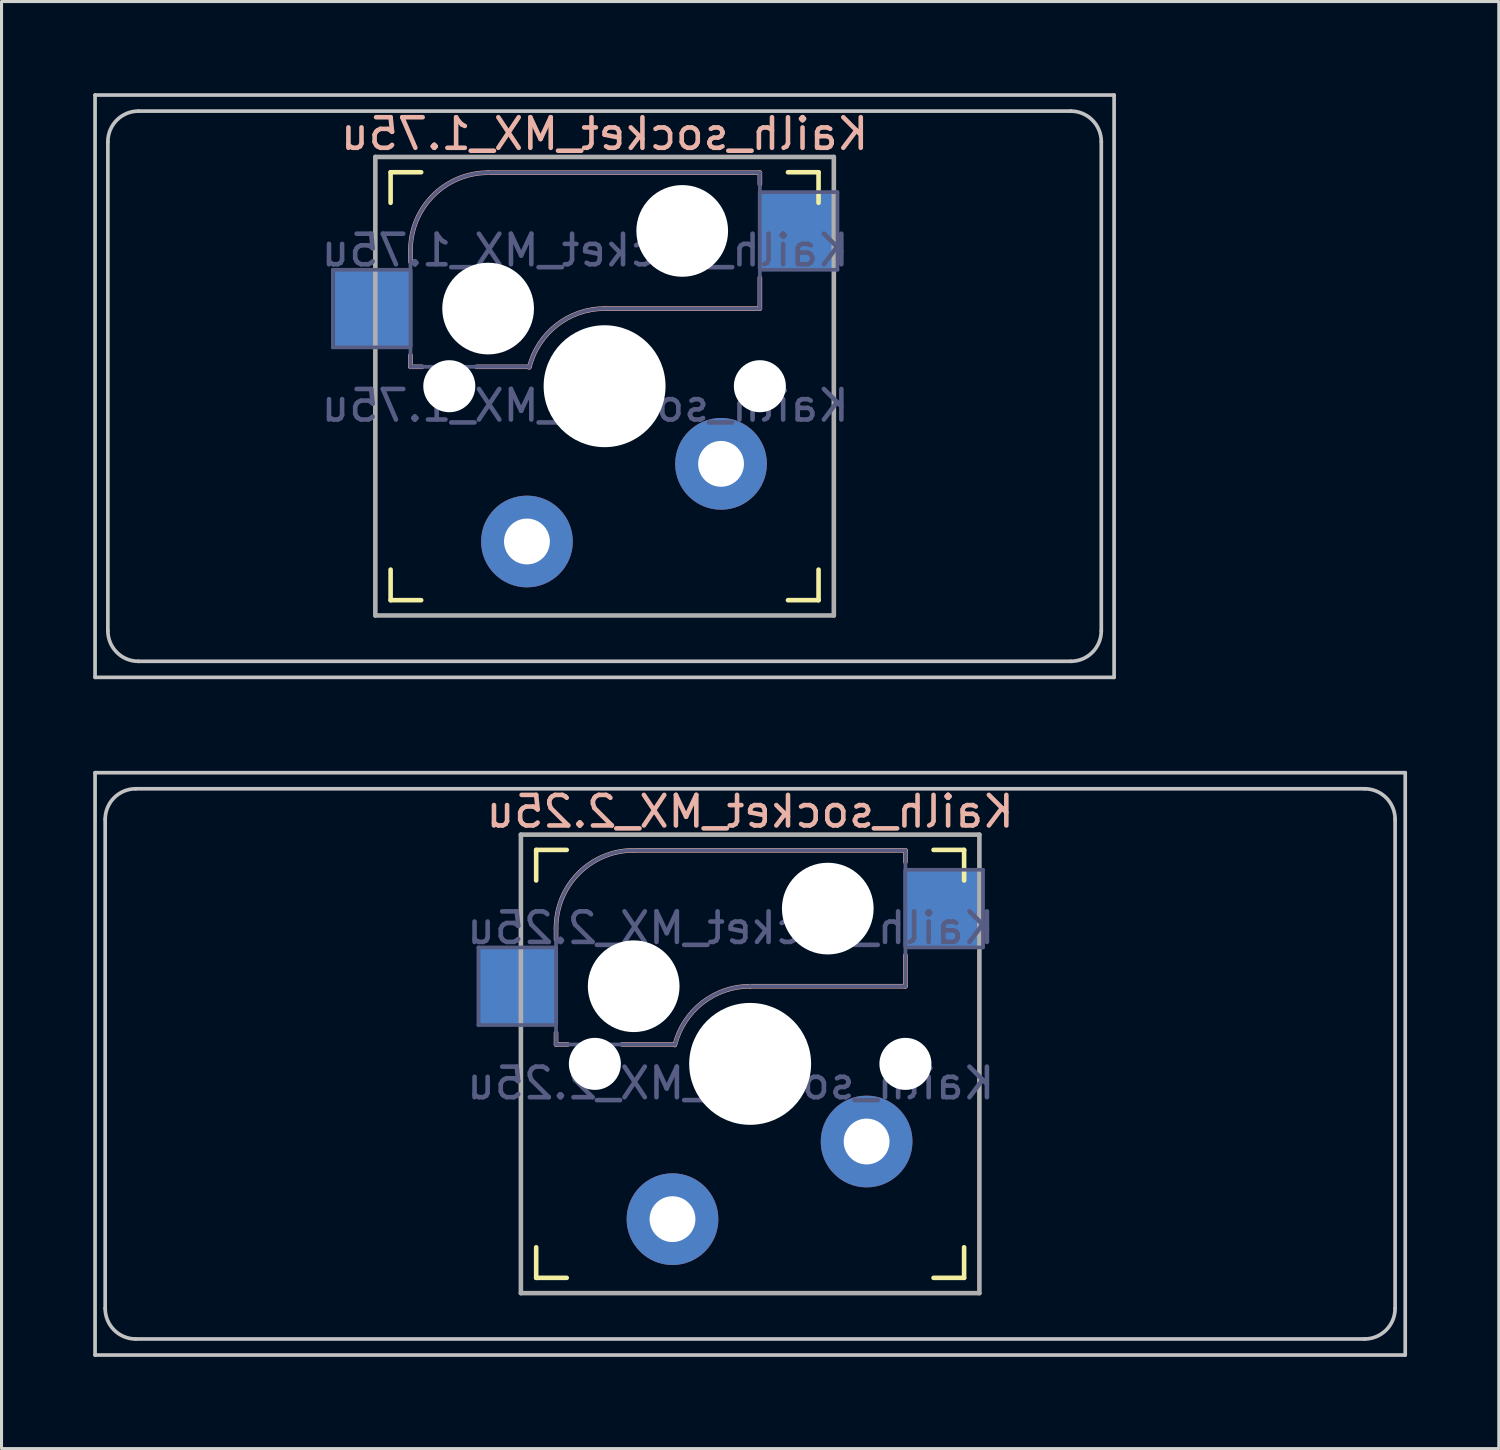
<source format=kicad_pcb>
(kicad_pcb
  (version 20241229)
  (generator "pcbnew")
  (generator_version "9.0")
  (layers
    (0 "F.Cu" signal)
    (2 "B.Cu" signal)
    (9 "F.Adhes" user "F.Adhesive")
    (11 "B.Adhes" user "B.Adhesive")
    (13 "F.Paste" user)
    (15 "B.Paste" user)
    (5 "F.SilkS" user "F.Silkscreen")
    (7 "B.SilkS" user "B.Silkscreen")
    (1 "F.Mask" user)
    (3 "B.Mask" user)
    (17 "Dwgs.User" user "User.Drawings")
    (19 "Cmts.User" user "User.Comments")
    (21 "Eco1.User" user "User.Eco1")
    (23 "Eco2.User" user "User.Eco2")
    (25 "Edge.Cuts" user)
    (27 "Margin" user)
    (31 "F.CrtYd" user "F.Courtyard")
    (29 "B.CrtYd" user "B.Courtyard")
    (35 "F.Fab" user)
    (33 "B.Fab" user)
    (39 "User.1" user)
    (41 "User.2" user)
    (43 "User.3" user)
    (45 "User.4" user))
  (footprint "Kailh_socket_MX_2.25u"
    (layer "F.Cu")
    (at 21.491 31.755)
    (property "Reference" "Kailh_socket_MX_2.25u" (at 0 -8.255 0) (layer "B.SilkS") (effects (font (size 1 1) (thickness 0.15)) (justify mirror)))
    (property "Value" "Kailh_socket_MX_2.25u" (at 0 8.255 0) (layer "F.Fab") (hide yes) (effects (font (size 1 1) (thickness 0.15))))
    (attr smd)
    (fp_line (start -7 -6) (end -7 -7) (stroke (width 0.15) (type solid)) (layer "F.SilkS"))
    (fp_line (start -7 7) (end -7 6) (stroke (width 0.15) (type solid)) (layer "F.SilkS"))
    (fp_line (start -7 7) (end -6 7) (stroke (width 0.15) (type solid)) (layer "F.SilkS"))
    (fp_line (start -6 -7) (end -7 -7) (stroke (width 0.15) (type solid)) (layer "F.SilkS"))
    (fp_line (start 6 7) (end 7 7) (stroke (width 0.15) (type solid)) (layer "F.SilkS"))
    (fp_line (start 7 -7) (end 6 -7) (stroke (width 0.15) (type solid)) (layer "F.SilkS"))
    (fp_line (start 7 -7) (end 7 -6) (stroke (width 0.15) (type solid)) (layer "F.SilkS"))
    (fp_line (start 7 6) (end 7 7) (stroke (width 0.15) (type solid)) (layer "F.SilkS"))
    (fp_line (start -6.35 -4.445) (end -6.35 -4.064) (stroke (width 0.15) (type solid)) (layer "B.SilkS"))
    (fp_line (start -6.35 -1.016) (end -6.35 -0.635) (stroke (width 0.15) (type solid)) (layer "B.SilkS"))
    (fp_line (start -5.969 -0.635) (end -6.35 -0.635) (stroke (width 0.15) (type solid)) (layer "B.SilkS"))
    (fp_line (start -3.81 -6.985) (end 5.08 -6.985) (stroke (width 0.15) (type solid)) (layer "B.SilkS"))
    (fp_line (start -2.464 -0.635) (end -4.191 -0.635) (stroke (width 0.15) (type solid)) (layer "B.SilkS"))
    (fp_line (start 5.08 -6.985) (end 5.08 -6.604) (stroke (width 0.15) (type solid)) (layer "B.SilkS"))
    (fp_line (start 5.08 -3.556) (end 5.08 -2.54) (stroke (width 0.15) (type solid)) (layer "B.SilkS"))
    (fp_line (start 5.08 -2.54) (end 0 -2.54) (stroke (width 0.15) (type solid)) (layer "B.SilkS"))
    (fp_arc (start -6.35 -4.445) (mid -5.606051 -6.241051) (end -3.81 -6.985) (stroke (width 0.15) (type solid)) (layer "B.SilkS"))
    (fp_arc (start -2.464162 -0.61604) (mid -1.563147 -2.002042) (end 0 -2.54) (stroke (width 0.15) (type solid)) (layer "B.SilkS"))
    (fp_line (start -21.431 -9.525) (end 21.431 -9.525) (stroke (width 0.12) (type solid)) (layer "Dwgs.User"))
    (fp_line (start -21.431 9.525) (end -21.431 -9.525) (stroke (width 0.12) (type solid)) (layer "Dwgs.User"))
    (fp_line (start -21.1 8) (end -21.1 -8) (stroke (width 0.12) (type solid)) (layer "Dwgs.User"))
    (fp_line (start -20.1 -9) (end 20.1 -9) (stroke (width 0.12) (type solid)) (layer "Dwgs.User"))
    (fp_line (start -20.1 9) (end 20.1 9) (stroke (width 0.12) (type solid)) (layer "Dwgs.User"))
    (fp_line (start 21.1 8) (end 21.1 -8) (stroke (width 0.12) (type solid)) (layer "Dwgs.User"))
    (fp_line (start 21.431 -9.525) (end 21.431 9.525) (stroke (width 0.12) (type solid)) (layer "Dwgs.User"))
    (fp_line (start 21.431 9.525) (end -21.431 9.525) (stroke (width 0.12) (type solid)) (layer "Dwgs.User"))
    (fp_arc (start -21.1 -8) (mid -20.807107 -8.707107) (end -20.1 -9) (stroke (width 0.12) (type solid)) (layer "Dwgs.User"))
    (fp_arc (start -20.1 9) (mid -20.807107 8.707107) (end -21.1 8) (stroke (width 0.12) (type solid)) (layer "Dwgs.User"))
    (fp_arc (start 20.1 -9) (mid 20.807107 -8.707107) (end 21.1 -8) (stroke (width 0.12) (type solid)) (layer "Dwgs.User"))
    (fp_arc (start 21.1 8) (mid 20.807107 8.707107) (end 20.1 9) (stroke (width 0.12) (type solid)) (layer "Dwgs.User"))
    (fp_line (start -6.9 6.9) (end -6.9 -6.9) (stroke (width 0.15) (type solid)) (layer "Eco2.User"))
    (fp_line (start -6.9 6.9) (end 6.9 6.9) (stroke (width 0.15) (type solid)) (layer "Eco2.User"))
    (fp_line (start 6.9 -6.9) (end -6.9 -6.9) (stroke (width 0.15) (type solid)) (layer "Eco2.User"))
    (fp_line (start 6.9 -6.9) (end 6.9 6.9) (stroke (width 0.15) (type solid)) (layer "Eco2.User"))
    (fp_line (start -8.89 -3.81) (end -6.35 -3.81) (stroke (width 0.12) (type solid)) (layer "B.Fab"))
    (fp_line (start -8.89 -1.27) (end -8.89 -3.81) (stroke (width 0.12) (type solid)) (layer "B.Fab"))
    (fp_line (start -6.35 -1.27) (end -8.89 -1.27) (stroke (width 0.12) (type solid)) (layer "B.Fab"))
    (fp_line (start -6.35 -0.635) (end -6.35 -4.445) (stroke (width 0.12) (type solid)) (layer "B.Fab"))
    (fp_line (start -6.35 -0.635) (end -2.54 -0.635) (stroke (width 0.12) (type solid)) (layer "B.Fab"))
    (fp_line (start -3.81 -6.985) (end 5.08 -6.985) (stroke (width 0.12) (type solid)) (layer "B.Fab"))
    (fp_line (start 5.08 -6.985) (end 5.08 -2.54) (stroke (width 0.12) (type solid)) (layer "B.Fab"))
    (fp_line (start 5.08 -6.35) (end 7.62 -6.35) (stroke (width 0.12) (type solid)) (layer "B.Fab"))
    (fp_line (start 5.08 -2.54) (end 0 -2.54) (stroke (width 0.12) (type solid)) (layer "B.Fab"))
    (fp_line (start 7.62 -6.35) (end 7.62 -3.81) (stroke (width 0.12) (type solid)) (layer "B.Fab"))
    (fp_line (start 7.62 -3.81) (end 5.08 -3.81) (stroke (width 0.12) (type solid)) (layer "B.Fab"))
    (fp_arc (start -6.35 -4.445) (mid -5.606051 -6.241051) (end -3.81 -6.985) (stroke (width 0.12) (type solid)) (layer "B.Fab"))
    (fp_arc (start -2.464162 -0.61604) (mid -1.563147 -2.002042) (end 0 -2.54) (stroke (width 0.12) (type solid)) (layer "B.Fab"))
    (fp_line (start -7.5 -7.5) (end 7.5 -7.5) (stroke (width 0.15) (type solid)) (layer "F.Fab"))
    (fp_line (start -7.5 7.5) (end -7.5 -7.5) (stroke (width 0.15) (type solid)) (layer "F.Fab"))
    (fp_line (start 7.5 -7.5) (end 7.5 7.5) (stroke (width 0.15) (type solid)) (layer "F.Fab"))
    (fp_line (start 7.5 7.5) (end -7.5 7.5) (stroke (width 0.15) (type solid)) (layer "F.Fab"))
    (fp_text user "${REFERENCE}" (at -0.635 -4.445 0) (layer "B.Fab") (effects (font (size 1 1) (thickness 0.15)) (justify mirror)))
    (fp_text user "${VALUE}" (at -0.635 0.635 0) (layer "B.Fab") (effects (font (size 1 1) (thickness 0.15)) (justify mirror)))
    (pad "" np_thru_hole circle (at -5.08 0) (size 1.702 1.702) (drill 1.702) (layers "*.Cu" "*.Mask"))
    (pad "" np_thru_hole circle (at -3.81 -2.54) (size 3 3) (drill 3) (layers "*.Cu" "*.Mask"))
    (pad "" np_thru_hole circle (at 0 0) (size 3.988 3.988) (drill 3.988) (layers "*.Cu" "*.Mask"))
    (pad "" np_thru_hole circle (at 2.54 -5.08) (size 3 3) (drill 3) (layers "*.Cu" "*.Mask"))
    (pad "" np_thru_hole circle (at 5.08 0) (size 1.702 1.702) (drill 1.702) (layers "*.Cu" "*.Mask"))
    (pad "1" thru_hole circle (at -2.54 5.08) (size 3 3) (drill 1.499) (layers "*.Cu" "*.Mask"))
    (pad "1" smd rect (at 6.29 -5.08) (size 2.55 2.5) (layers "B.Cu" "B.Mask" "B.Paste"))
    (pad "2" smd rect (at -7.56 -2.54) (size 2.55 2.5) (layers "B.Cu" "B.Mask" "B.Paste"))
    (pad "2" thru_hole circle (at 3.81 2.54) (size 3 3) (drill 1.499) (layers "*.Cu" "*.Mask")))
  (footprint "Kailh_socket_MX_1.75u"
    (layer "F.Cu")
    (at 16.729 9.585)
    (property "Reference" "Kailh_socket_MX_1.75u" (at 0 -8.255 0) (layer "B.SilkS") (effects (font (size 1 1) (thickness 0.15)) (justify mirror)))
    (property "Value" "Kailh_socket_MX_1.75u" (at 0 8.255 0) (layer "F.Fab") (hide yes) (effects (font (size 1 1) (thickness 0.15))))
    (attr smd)
    (fp_line (start -7 -6) (end -7 -7) (stroke (width 0.15) (type solid)) (layer "F.SilkS"))
    (fp_line (start -7 7) (end -7 6) (stroke (width 0.15) (type solid)) (layer "F.SilkS"))
    (fp_line (start -7 7) (end -6 7) (stroke (width 0.15) (type solid)) (layer "F.SilkS"))
    (fp_line (start -6 -7) (end -7 -7) (stroke (width 0.15) (type solid)) (layer "F.SilkS"))
    (fp_line (start 6 7) (end 7 7) (stroke (width 0.15) (type solid)) (layer "F.SilkS"))
    (fp_line (start 7 -7) (end 6 -7) (stroke (width 0.15) (type solid)) (layer "F.SilkS"))
    (fp_line (start 7 -7) (end 7 -6) (stroke (width 0.15) (type solid)) (layer "F.SilkS"))
    (fp_line (start 7 6) (end 7 7) (stroke (width 0.15) (type solid)) (layer "F.SilkS"))
    (fp_line (start -6.35 -4.445) (end -6.35 -4.064) (stroke (width 0.15) (type solid)) (layer "B.SilkS"))
    (fp_line (start -6.35 -1.016) (end -6.35 -0.635) (stroke (width 0.15) (type solid)) (layer "B.SilkS"))
    (fp_line (start -5.969 -0.635) (end -6.35 -0.635) (stroke (width 0.15) (type solid)) (layer "B.SilkS"))
    (fp_line (start -3.81 -6.985) (end 5.08 -6.985) (stroke (width 0.15) (type solid)) (layer "B.SilkS"))
    (fp_line (start -2.464 -0.635) (end -4.191 -0.635) (stroke (width 0.15) (type solid)) (layer "B.SilkS"))
    (fp_line (start 5.08 -6.985) (end 5.08 -6.604) (stroke (width 0.15) (type solid)) (layer "B.SilkS"))
    (fp_line (start 5.08 -3.556) (end 5.08 -2.54) (stroke (width 0.15) (type solid)) (layer "B.SilkS"))
    (fp_line (start 5.08 -2.54) (end 0 -2.54) (stroke (width 0.15) (type solid)) (layer "B.SilkS"))
    (fp_arc (start -6.35 -4.445) (mid -5.606051 -6.241051) (end -3.81 -6.985) (stroke (width 0.15) (type solid)) (layer "B.SilkS"))
    (fp_arc (start -2.464162 -0.61604) (mid -1.563147 -2.002042) (end 0 -2.54) (stroke (width 0.15) (type solid)) (layer "B.SilkS"))
    (fp_line (start -16.669 -9.525) (end 16.669 -9.525) (stroke (width 0.12) (type solid)) (layer "Dwgs.User"))
    (fp_line (start -16.669 9.525) (end -16.669 -9.525) (stroke (width 0.12) (type solid)) (layer "Dwgs.User"))
    (fp_line (start -16.25 8) (end -16.25 -8) (stroke (width 0.12) (type solid)) (layer "Dwgs.User"))
    (fp_line (start -15.25 -9) (end 15.25 -9) (stroke (width 0.12) (type solid)) (layer "Dwgs.User"))
    (fp_line (start -15.25 9) (end 15.25 9) (stroke (width 0.12) (type solid)) (layer "Dwgs.User"))
    (fp_line (start 16.25 8) (end 16.25 -8) (stroke (width 0.12) (type solid)) (layer "Dwgs.User"))
    (fp_line (start 16.669 -9.525) (end 16.669 9.525) (stroke (width 0.12) (type solid)) (layer "Dwgs.User"))
    (fp_line (start 16.669 9.525) (end -16.669 9.525) (stroke (width 0.12) (type solid)) (layer "Dwgs.User"))
    (fp_arc (start -16.25 -8) (mid -15.957107 -8.707107) (end -15.25 -9) (stroke (width 0.12) (type solid)) (layer "Dwgs.User"))
    (fp_arc (start -15.25 9) (mid -15.957107 8.707107) (end -16.25 8) (stroke (width 0.12) (type solid)) (layer "Dwgs.User"))
    (fp_arc (start 15.25 -9) (mid 15.957107 -8.707107) (end 16.25 -8) (stroke (width 0.12) (type solid)) (layer "Dwgs.User"))
    (fp_arc (start 16.25 8) (mid 15.957107 8.707107) (end 15.25 9) (stroke (width 0.12) (type solid)) (layer "Dwgs.User"))
    (fp_line (start -6.9 6.9) (end -6.9 -6.9) (stroke (width 0.15) (type solid)) (layer "Eco2.User"))
    (fp_line (start -6.9 6.9) (end 6.9 6.9) (stroke (width 0.15) (type solid)) (layer "Eco2.User"))
    (fp_line (start 6.9 -6.9) (end -6.9 -6.9) (stroke (width 0.15) (type solid)) (layer "Eco2.User"))
    (fp_line (start 6.9 -6.9) (end 6.9 6.9) (stroke (width 0.15) (type solid)) (layer "Eco2.User"))
    (fp_line (start -8.89 -3.81) (end -6.35 -3.81) (stroke (width 0.12) (type solid)) (layer "B.Fab"))
    (fp_line (start -8.89 -1.27) (end -8.89 -3.81) (stroke (width 0.12) (type solid)) (layer "B.Fab"))
    (fp_line (start -6.35 -1.27) (end -8.89 -1.27) (stroke (width 0.12) (type solid)) (layer "B.Fab"))
    (fp_line (start -6.35 -0.635) (end -6.35 -4.445) (stroke (width 0.12) (type solid)) (layer "B.Fab"))
    (fp_line (start -6.35 -0.635) (end -2.54 -0.635) (stroke (width 0.12) (type solid)) (layer "B.Fab"))
    (fp_line (start -3.81 -6.985) (end 5.08 -6.985) (stroke (width 0.12) (type solid)) (layer "B.Fab"))
    (fp_line (start 5.08 -6.985) (end 5.08 -2.54) (stroke (width 0.12) (type solid)) (layer "B.Fab"))
    (fp_line (start 5.08 -6.35) (end 7.62 -6.35) (stroke (width 0.12) (type solid)) (layer "B.Fab"))
    (fp_line (start 5.08 -2.54) (end 0 -2.54) (stroke (width 0.12) (type solid)) (layer "B.Fab"))
    (fp_line (start 7.62 -6.35) (end 7.62 -3.81) (stroke (width 0.12) (type solid)) (layer "B.Fab"))
    (fp_line (start 7.62 -3.81) (end 5.08 -3.81) (stroke (width 0.12) (type solid)) (layer "B.Fab"))
    (fp_arc (start -6.35 -4.445) (mid -5.606051 -6.241051) (end -3.81 -6.985) (stroke (width 0.12) (type solid)) (layer "B.Fab"))
    (fp_arc (start -2.464162 -0.61604) (mid -1.563147 -2.002042) (end 0 -2.54) (stroke (width 0.12) (type solid)) (layer "B.Fab"))
    (fp_line (start -7.5 -7.5) (end 7.5 -7.5) (stroke (width 0.15) (type solid)) (layer "F.Fab"))
    (fp_line (start -7.5 7.5) (end -7.5 -7.5) (stroke (width 0.15) (type solid)) (layer "F.Fab"))
    (fp_line (start 7.5 -7.5) (end 7.5 7.5) (stroke (width 0.15) (type solid)) (layer "F.Fab"))
    (fp_line (start 7.5 7.5) (end -7.5 7.5) (stroke (width 0.15) (type solid)) (layer "F.Fab"))
    (fp_text user "${REFERENCE}" (at -0.635 -4.445 0) (layer "B.Fab") (effects (font (size 1 1) (thickness 0.15)) (justify mirror)))
    (fp_text user "${VALUE}" (at -0.635 0.635 0) (layer "B.Fab") (effects (font (size 1 1) (thickness 0.15)) (justify mirror)))
    (pad "" np_thru_hole circle (at -5.08 0) (size 1.702 1.702) (drill 1.702) (layers "*.Cu" "*.Mask"))
    (pad "" np_thru_hole circle (at -3.81 -2.54) (size 3 3) (drill 3) (layers "*.Cu" "*.Mask"))
    (pad "" np_thru_hole circle (at 0 0) (size 3.988 3.988) (drill 3.988) (layers "*.Cu" "*.Mask"))
    (pad "" np_thru_hole circle (at 2.54 -5.08) (size 3 3) (drill 3) (layers "*.Cu" "*.Mask"))
    (pad "" np_thru_hole circle (at 5.08 0) (size 1.702 1.702) (drill 1.702) (layers "*.Cu" "*.Mask"))
    (pad "1" thru_hole circle (at -2.54 5.08) (size 3 3) (drill 1.499) (layers "*.Cu" "*.Mask"))
    (pad "1" smd rect (at 6.29 -5.08) (size 2.55 2.5) (layers "B.Cu" "B.Mask" "B.Paste"))
    (pad "2" smd rect (at -7.56 -2.54) (size 2.55 2.5) (layers "B.Cu" "B.Mask" "B.Paste"))
    (pad "2" thru_hole circle (at 3.81 2.54) (size 3 3) (drill 1.499) (layers "*.Cu" "*.Mask")))
  (gr_rect
    (start -3 -3)
    (end 45.983 44.34)
    (stroke (width 0.1) (type default))
    (fill no)
    (layer "Edge.Cuts")))
</source>
